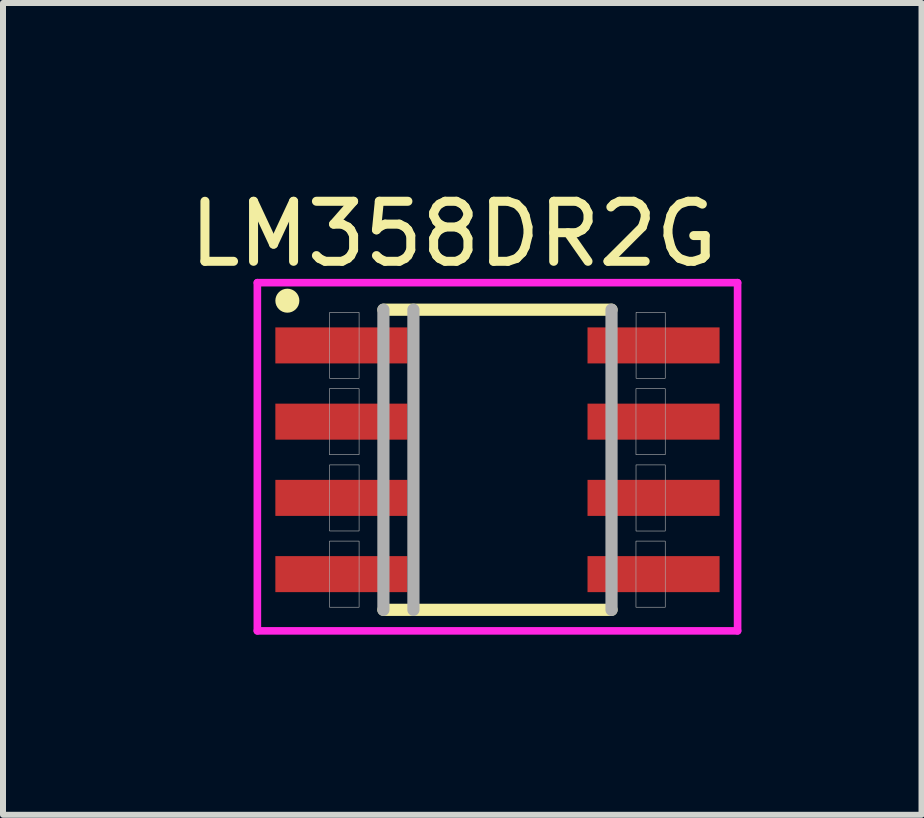
<source format=kicad_pcb>
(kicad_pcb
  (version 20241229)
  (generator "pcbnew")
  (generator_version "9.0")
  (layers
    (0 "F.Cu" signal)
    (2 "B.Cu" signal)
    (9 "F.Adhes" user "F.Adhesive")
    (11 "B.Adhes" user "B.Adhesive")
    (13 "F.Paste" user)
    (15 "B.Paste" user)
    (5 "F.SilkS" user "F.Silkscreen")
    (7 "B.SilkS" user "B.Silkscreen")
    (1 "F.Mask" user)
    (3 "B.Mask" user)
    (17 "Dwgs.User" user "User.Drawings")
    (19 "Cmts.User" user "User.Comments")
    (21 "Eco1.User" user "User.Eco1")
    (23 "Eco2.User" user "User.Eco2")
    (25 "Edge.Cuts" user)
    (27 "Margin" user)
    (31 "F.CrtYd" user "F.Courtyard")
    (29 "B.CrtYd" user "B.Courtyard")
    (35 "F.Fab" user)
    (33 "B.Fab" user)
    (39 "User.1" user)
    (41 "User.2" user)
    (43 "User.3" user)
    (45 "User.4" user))
  (footprint "LM358DR2G"
    (layer "F.Cu")
    (at 5.237 4.609)
    (property "Reference" "LM358DR2G" (at -0.73 -3.761 0) (layer "F.SilkS") (effects (font (size 1 1) (thickness 0.15))))
    (attr smd)
    (fp_line (start -1.9 -2.5) (end 1.9 -2.5) (stroke (width 0.203) (type solid)) (layer "F.SilkS"))
    (fp_line (start 1.9 2.5) (end -1.9 2.5) (stroke (width 0.203) (type solid)) (layer "F.SilkS"))
    (fp_circle (center -3.5 -2.65) (end -3.3 -2.65) (stroke (width 0) (type solid)) (fill yes) (layer "F.SilkS"))
    (fp_line (start -4 -2.95) (end 4 -2.95) (stroke (width 0.127) (type solid)) (layer "F.CrtYd"))
    (fp_line (start -4 2.85) (end -4 -2.95) (stroke (width 0.127) (type solid)) (layer "F.CrtYd"))
    (fp_line (start 4 -2.95) (end 4 2.85) (stroke (width 0.127) (type solid)) (layer "F.CrtYd"))
    (fp_line (start 4 2.85) (end -4 2.85) (stroke (width 0.127) (type solid)) (layer "F.CrtYd"))
    (fp_line (start -1.9 2.5) (end -1.9 -2.5) (stroke (width 0.203) (type solid)) (layer "F.Fab"))
    (fp_line (start -1.4 2.5) (end -1.4 -2.5) (stroke (width 0.203) (type solid)) (layer "F.Fab"))
    (fp_line (start 1.9 -2.5) (end 1.9 2.5) (stroke (width 0.203) (type solid)) (layer "F.Fab"))
    (fp_poly (pts (xy -2.8 -1.185) (xy -2.305 -1.185) (xy -2.305 -0.085) (xy -2.8 -0.085)) (stroke (width 0.01) (type solid)) (fill no) (layer "F.Fab"))
    (fp_poly (pts (xy -2.798 1.355) (xy -2.305 1.355) (xy -2.305 2.457) (xy -2.798 2.457)) (stroke (width 0.01) (type solid)) (fill no) (layer "F.Fab"))
    (fp_poly (pts (xy -2.797 0.085) (xy -2.305 0.085) (xy -2.305 1.186) (xy -2.797 1.186)) (stroke (width 0.01) (type solid)) (fill no) (layer "F.Fab"))
    (fp_poly (pts (xy -2.796 -2.455) (xy -2.305 -2.455) (xy -2.305 -1.356) (xy -2.796 -1.356)) (stroke (width 0.01) (type solid)) (fill no) (layer "F.Fab"))
    (fp_poly (pts (xy 2.307 1.355) (xy 2.795 1.355) (xy 2.795 2.457) (xy 2.307 2.457)) (stroke (width 0.01) (type solid)) (fill no) (layer "F.Fab"))
    (fp_poly (pts (xy 2.307 -1.185) (xy 2.795 -1.185) (xy 2.795 -0.085) (xy 2.307 -0.085)) (stroke (width 0.01) (type solid)) (fill no) (layer "F.Fab"))
    (fp_poly (pts (xy 2.308 0.085) (xy 2.795 0.085) (xy 2.795 1.187) (xy 2.308 1.187)) (stroke (width 0.01) (type solid)) (fill no) (layer "F.Fab"))
    (fp_poly (pts (xy 2.309 -2.455) (xy 2.795 -2.455) (xy 2.795 -1.357) (xy 2.309 -1.357)) (stroke (width 0.01) (type solid)) (fill no) (layer "F.Fab"))
    (pad "1" smd rect (at -2.6 -1.905 270) (size 0.6 2.2) (layers "F.Cu" "F.Mask" "F.Paste"))
    (pad "2" smd rect (at -2.6 -0.635 270) (size 0.6 2.2) (layers "F.Cu" "F.Mask" "F.Paste"))
    (pad "3" smd rect (at -2.6 0.635 270) (size 0.6 2.2) (layers "F.Cu" "F.Mask" "F.Paste"))
    (pad "4" smd rect (at -2.6 1.905 270) (size 0.6 2.2) (layers "F.Cu" "F.Mask" "F.Paste"))
    (pad "5" smd rect (at 2.6 1.905 270) (size 0.6 2.2) (layers "F.Cu" "F.Mask" "F.Paste"))
    (pad "6" smd rect (at 2.6 0.635 270) (size 0.6 2.2) (layers "F.Cu" "F.Mask" "F.Paste"))
    (pad "7" smd rect (at 2.6 -0.635 270) (size 0.6 2.2) (layers "F.Cu" "F.Mask" "F.Paste"))
    (pad "8" smd rect (at 2.6 -1.905 270) (size 0.6 2.2) (layers "F.Cu" "F.Mask" "F.Paste")))
  (gr_rect
    (start -3 -3)
    (end 12.301 10.523)
    (stroke (width 0.1) (type default))
    (fill no)
    (layer "Edge.Cuts")))
</source>
